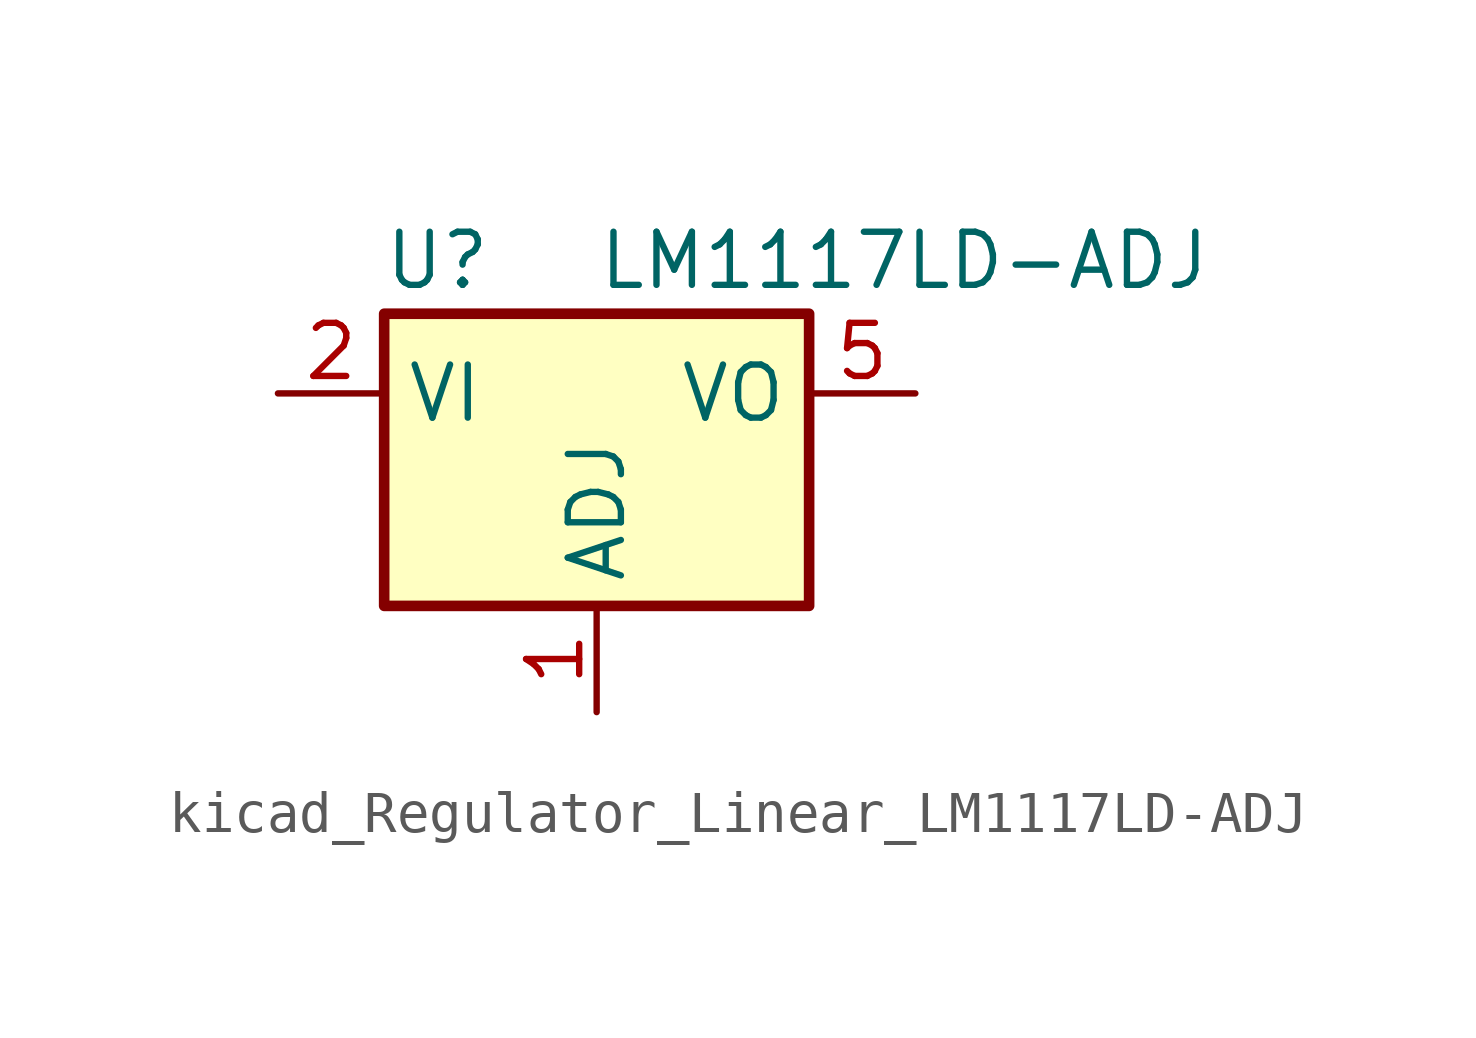
<source format=kicad_sym>
(kicad_symbol_lib
  (version 20220914)
  (generator kicad_symbol_editor)
  (symbol "kicad_Regulator_Linear_LM1117LD-ADJ"
    (property "Reference" "U"
      (at -3.81 3.175 0)
      (effects (font (size 1.27 1.27))))
    (property "Value" "LM1117LD-ADJ"
      (at 0 3.175 0)
      (effects (font (size 1.27 1.27)) (justify left)))
    (symbol "kicad_Regulator_Linear_LM1117LD-ADJ_0_1"
      (rectangle (start -5.08 -5.08) (end 5.08 1.905) (stroke (width 0.254) (type default)) (fill (type background))))
    (symbol "kicad_Regulator_Linear_LM1117LD-ADJ_1_1"
      (pin input line (at 0 -7.62 90) (length 2.54) (name "ADJ" (effects (font (size 1.27 1.27)))) (number "1" (effects (font (size 1.27 1.27)))))
      (pin power_in line (at -7.62 0 0) (length 2.54) (name "VI" (effects (font (size 1.27 1.27)))) (number "2" (effects (font (size 1.27 1.27)))))
      (pin passive line (at -7.62 0 0) (length 2.54) hide (name "VI" (effects (font (size 1.27 1.27)))) (number "3" (effects (font (size 1.27 1.27)))))
      (pin passive line (at -7.62 0 0) (length 2.54) hide (name "VI" (effects (font (size 1.27 1.27)))) (number "4" (effects (font (size 1.27 1.27)))))
      (pin power_out line (at 7.62 0 180) (length 2.54) (name "VO" (effects (font (size 1.27 1.27)))) (number "5" (effects (font (size 1.27 1.27)))))
      (pin passive line (at 7.62 0 180) (length 2.54) hide (name "VO" (effects (font (size 1.27 1.27)))) (number "6" (effects (font (size 1.27 1.27)))))
      (pin passive line (at 7.62 0 180) (length 2.54) hide (name "VO" (effects (font (size 1.27 1.27)))) (number "7" (effects (font (size 1.27 1.27)))))
      (pin no_connect line (at 5.08 -2.54 180) (length 2.54) hide (name "NC" (effects (font (size 1.27 1.27)))) (number "8" (effects (font (size 1.27 1.27)))))
      (pin passive line (at 7.62 0 180) (length 2.54) hide (name "VO" (effects (font (size 1.27 1.27)))) (number "9" (effects (font (size 1.27 1.27))))))))
</source>
